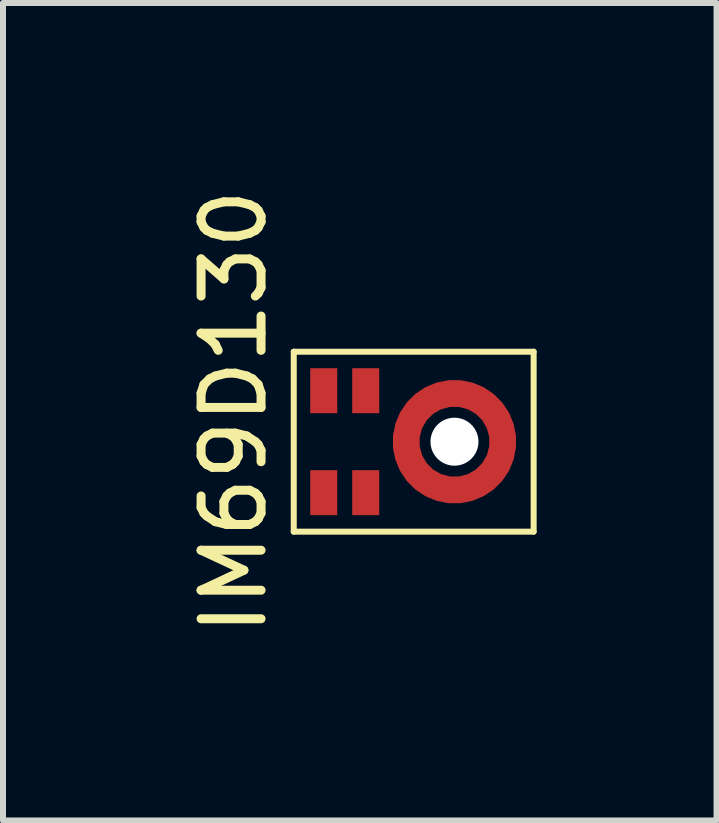
<source format=kicad_pcb>
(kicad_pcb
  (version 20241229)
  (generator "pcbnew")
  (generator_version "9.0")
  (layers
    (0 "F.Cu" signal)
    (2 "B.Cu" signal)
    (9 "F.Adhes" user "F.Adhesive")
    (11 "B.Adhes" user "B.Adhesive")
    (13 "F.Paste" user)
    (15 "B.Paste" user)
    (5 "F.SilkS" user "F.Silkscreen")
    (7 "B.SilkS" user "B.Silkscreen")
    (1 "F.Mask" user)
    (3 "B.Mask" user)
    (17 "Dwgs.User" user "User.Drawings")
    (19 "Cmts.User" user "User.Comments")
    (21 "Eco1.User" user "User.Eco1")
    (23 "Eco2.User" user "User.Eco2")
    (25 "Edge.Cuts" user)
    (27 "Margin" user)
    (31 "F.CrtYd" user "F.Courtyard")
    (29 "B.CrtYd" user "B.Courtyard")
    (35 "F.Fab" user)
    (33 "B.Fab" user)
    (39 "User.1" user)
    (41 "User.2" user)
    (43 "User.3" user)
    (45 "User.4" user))
  (footprint "IM69D130"
    (layer "F.Cu")
    (at 4.528 4.315)
    (property "Reference" "IM69D130" (at -3.68 -0.5 90) (layer "F.SilkS") (effects (font (size 1 1) (thickness 0.15))))
    (attr through_hole)
    (fp_line (start -2.68 -1.5) (end 1.32 -1.5) (stroke (width 0.1) (type solid)) (layer "F.SilkS"))
    (fp_line (start -2.68 1.5) (end -2.68 -1.5) (stroke (width 0.1) (type solid)) (layer "F.SilkS"))
    (fp_line (start 1.32 -1.5) (end 1.32 1.5) (stroke (width 0.1) (type solid)) (layer "F.SilkS"))
    (fp_line (start 1.32 1.5) (end -2.68 1.5) (stroke (width 0.1) (type solid)) (layer "F.SilkS"))
    (fp_line (start -2.18 -0.75) (end -2.18 -0.95) (stroke (width 0.4) (type solid)) (layer "F.Paste"))
    (fp_line (start -2.18 0.95) (end -2.18 0.75) (stroke (width 0.4) (type solid)) (layer "F.Paste"))
    (fp_line (start -1.48 -0.75) (end -1.48 -0.95) (stroke (width 0.4) (type solid)) (layer "F.Paste"))
    (fp_line (start -1.48 0.95) (end -1.48 0.75) (stroke (width 0.4) (type solid)) (layer "F.Paste"))
    (fp_arc (start -0.802289 0.054135) (mid -0.794989 -0.120795) (end -0.749999 -0.289999) (stroke (width 0.4) (type solid)) (layer "F.Paste"))
    (fp_arc (start -0.448027 -0.667735) (mid -0.292882 -0.748878) (end -0.123853 -0.794518) (stroke (width 0.4) (type solid)) (layer "F.Paste"))
    (fp_arc (start -0.354262 0.72187) (mid -0.502106 0.628082) (end -0.626146 0.504519) (stroke (width 0.4) (type solid)) (layer "F.Paste"))
    (fp_arc (start 0.354262 -0.72187) (mid 0.502106 -0.628082) (end 0.626146 -0.504519) (stroke (width 0.4) (type solid)) (layer "F.Paste"))
    (fp_arc (start 0.448027 0.667735) (mid 0.292882 0.748878) (end 0.123853 0.794518) (stroke (width 0.4) (type solid)) (layer "F.Paste"))
    (fp_arc (start 0.802289 -0.054135) (mid 0.794989 0.120795) (end 0.749999 0.289999) (stroke (width 0.4) (type solid)) (layer "F.Paste"))
    (pad "" np_thru_hole circle (at 0 0) (size 0.8 0.8) (drill 0.8) (layers "*.Cu" "*.Mask"))
    (pad "1" smd rect (at -2.18 -0.85) (size 0.45 0.75) (layers "F.Cu" "F.Mask"))
    (pad "2" smd rect (at -1.48 -0.85) (size 0.45 0.75) (layers "F.Cu" "F.Mask"))
    (pad "3" smd rect (at -2.18 0.85) (size 0.45 0.75) (layers "F.Cu" "F.Mask"))
    (pad "4" smd rect (at -1.48 0.85) (size 0.45 0.75) (layers "F.Cu" "F.Mask"))
    (pad "5" smd custom (at 0.805 0) (size 0.4 0.4) (layers "F.Cu" "F.Mask") (options (anchor circle)) (primitives (gr_circle (center -0.805 0) (end 0 0) (width 0.45) (fill no)))))
  (gr_rect
    (start -3 -3)
    (end 8.898 10.631)
    (stroke (width 0.1) (type default))
    (fill no)
    (layer "Edge.Cuts")))
</source>
